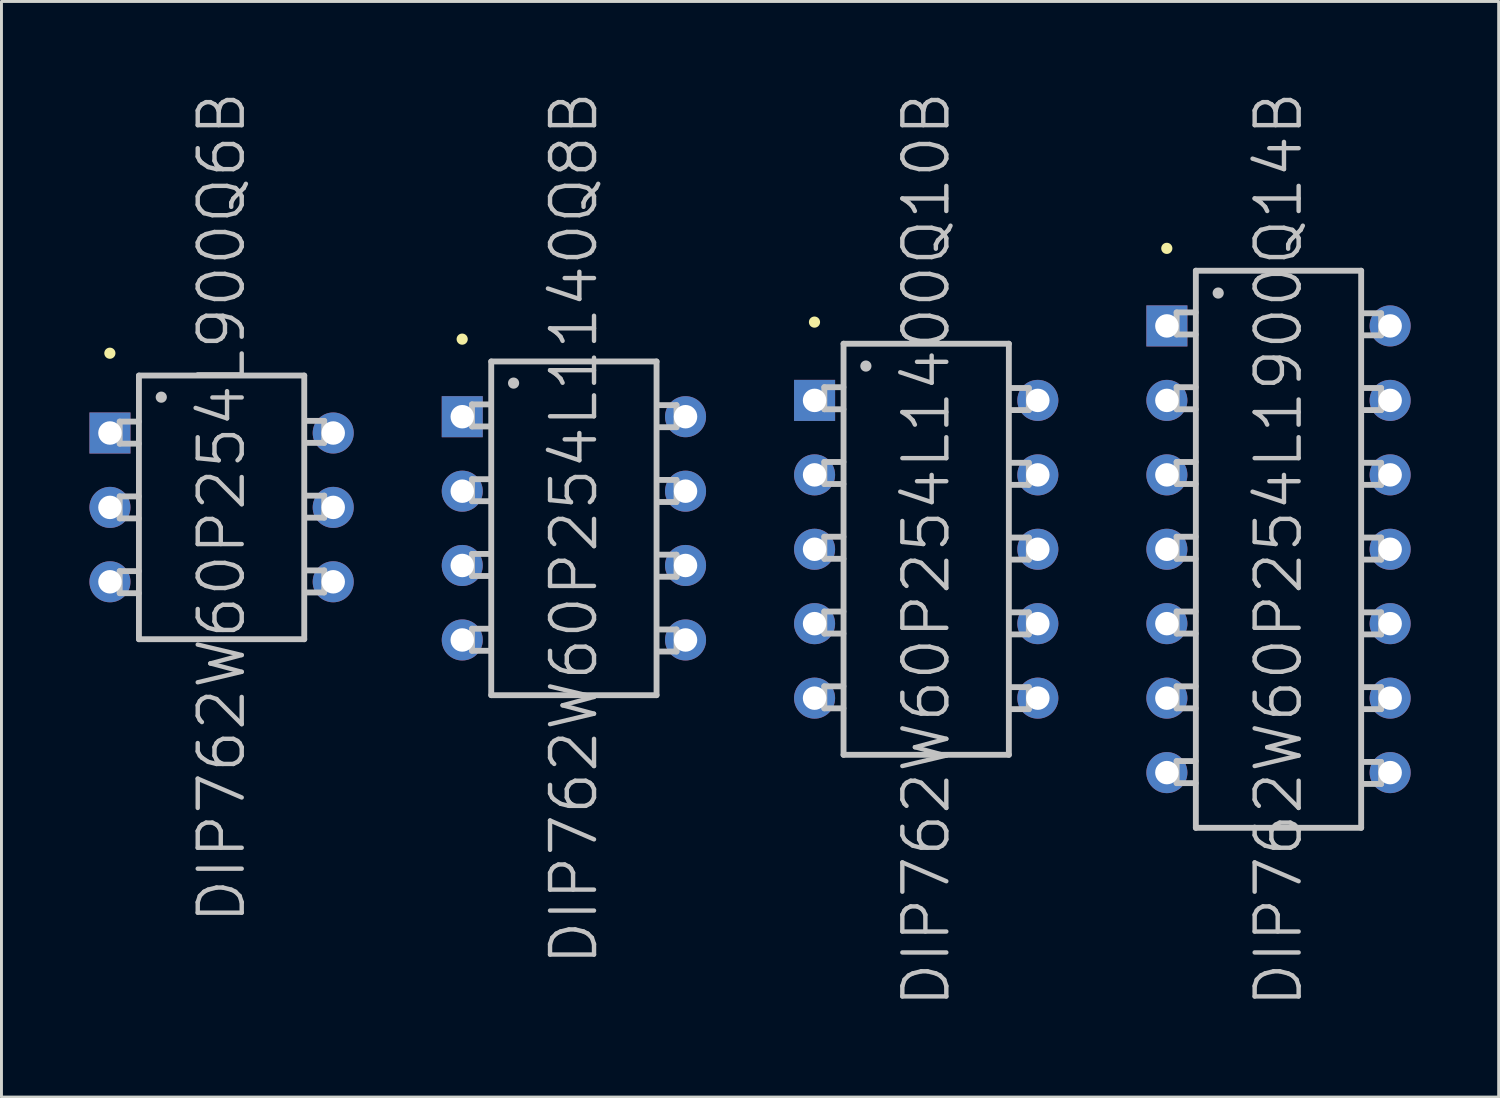
<source format=kicad_pcb>
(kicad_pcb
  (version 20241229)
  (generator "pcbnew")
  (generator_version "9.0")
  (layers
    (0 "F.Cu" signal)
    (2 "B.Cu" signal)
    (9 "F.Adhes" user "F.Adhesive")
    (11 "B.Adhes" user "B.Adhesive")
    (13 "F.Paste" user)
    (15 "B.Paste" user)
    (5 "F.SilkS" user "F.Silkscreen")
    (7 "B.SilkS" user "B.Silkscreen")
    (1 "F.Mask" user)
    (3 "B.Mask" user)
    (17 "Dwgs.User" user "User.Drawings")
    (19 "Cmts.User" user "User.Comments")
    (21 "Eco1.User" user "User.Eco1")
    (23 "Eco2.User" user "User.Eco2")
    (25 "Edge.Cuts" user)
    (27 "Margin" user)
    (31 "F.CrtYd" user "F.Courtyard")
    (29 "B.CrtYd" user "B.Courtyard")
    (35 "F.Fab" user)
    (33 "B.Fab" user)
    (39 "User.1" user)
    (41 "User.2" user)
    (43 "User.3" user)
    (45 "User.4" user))
  (footprint "DIP762W60P254L1400Q10B"
    (layer "F.Cu")
    (at 28.537 15.682)
    (property "Reference" "DIP762W60P254L1400Q10B" (at 0 0 90) (layer "Dwgs.User") (effects (font (size 1.5 1.5) (thickness 0.15))))
    (attr through_hole)
    (fp_line (start -3.81 -7.747) (end -3.81 -7.747) (stroke (width 0.381) (type solid)) (layer "F.SilkS"))
    (fp_line (start -3.475 -5.527) (end -2.824 -5.527) (stroke (width 0.2) (type solid)) (layer "Dwgs.User"))
    (fp_line (start -3.475 -4.775) (end -3.475 -5.527) (stroke (width 0.2) (type solid)) (layer "Dwgs.User"))
    (fp_line (start -3.475 -4.775) (end -2.824 -4.775) (stroke (width 0.2) (type solid)) (layer "Dwgs.User"))
    (fp_line (start -3.475 -2.977) (end -2.824 -2.977) (stroke (width 0.2) (type solid)) (layer "Dwgs.User"))
    (fp_line (start -3.475 -2.225) (end -3.475 -2.977) (stroke (width 0.2) (type solid)) (layer "Dwgs.User"))
    (fp_line (start -3.475 -2.225) (end -2.824 -2.225) (stroke (width 0.2) (type solid)) (layer "Dwgs.User"))
    (fp_line (start -3.475 -0.427) (end -2.824 -0.427) (stroke (width 0.2) (type solid)) (layer "Dwgs.User"))
    (fp_line (start -3.475 0.325) (end -3.475 -0.427) (stroke (width 0.2) (type solid)) (layer "Dwgs.User"))
    (fp_line (start -3.475 0.325) (end -2.824 0.325) (stroke (width 0.2) (type solid)) (layer "Dwgs.User"))
    (fp_line (start -3.475 2.123) (end -2.824 2.123) (stroke (width 0.2) (type solid)) (layer "Dwgs.User"))
    (fp_line (start -3.475 2.875) (end -3.475 2.123) (stroke (width 0.2) (type solid)) (layer "Dwgs.User"))
    (fp_line (start -3.475 2.875) (end -2.824 2.875) (stroke (width 0.2) (type solid)) (layer "Dwgs.User"))
    (fp_line (start -3.475 4.674) (end -2.824 4.674) (stroke (width 0.2) (type solid)) (layer "Dwgs.User"))
    (fp_line (start -3.475 5.425) (end -3.475 4.674) (stroke (width 0.2) (type solid)) (layer "Dwgs.User"))
    (fp_line (start -3.475 5.425) (end -2.824 5.425) (stroke (width 0.2) (type solid)) (layer "Dwgs.User"))
    (fp_line (start -2.819 -7.01) (end -2.819 7.01) (stroke (width 0.2) (type solid)) (layer "Dwgs.User"))
    (fp_line (start -2.819 -7.01) (end 2.819 -7.01) (stroke (width 0.2) (type solid)) (layer "Dwgs.User"))
    (fp_line (start -2.819 7.01) (end 2.819 7.01) (stroke (width 0.2) (type solid)) (layer "Dwgs.User"))
    (fp_line (start -2.057 -6.248) (end -2.057 -6.248) (stroke (width 0.381) (type solid)) (layer "Dwgs.User"))
    (fp_line (start 2.819 -7.01) (end 2.819 7.01) (stroke (width 0.2) (type solid)) (layer "Dwgs.User"))
    (fp_line (start 3.5 -5.499) (end 2.85 -5.499) (stroke (width 0.2) (type solid)) (layer "Dwgs.User"))
    (fp_line (start 3.5 -5.499) (end 3.5 -4.747) (stroke (width 0.2) (type solid)) (layer "Dwgs.User"))
    (fp_line (start 3.5 -4.747) (end 2.85 -4.747) (stroke (width 0.2) (type solid)) (layer "Dwgs.User"))
    (fp_line (start 3.5 -2.949) (end 2.85 -2.949) (stroke (width 0.2) (type solid)) (layer "Dwgs.User"))
    (fp_line (start 3.5 -2.949) (end 3.5 -2.197) (stroke (width 0.2) (type solid)) (layer "Dwgs.User"))
    (fp_line (start 3.5 -2.197) (end 2.85 -2.197) (stroke (width 0.2) (type solid)) (layer "Dwgs.User"))
    (fp_line (start 3.5 -0.399) (end 2.85 -0.399) (stroke (width 0.2) (type solid)) (layer "Dwgs.User"))
    (fp_line (start 3.5 -0.399) (end 3.5 0.353) (stroke (width 0.2) (type solid)) (layer "Dwgs.User"))
    (fp_line (start 3.5 0.353) (end 2.85 0.353) (stroke (width 0.2) (type solid)) (layer "Dwgs.User"))
    (fp_line (start 3.5 2.151) (end 2.85 2.151) (stroke (width 0.2) (type solid)) (layer "Dwgs.User"))
    (fp_line (start 3.5 2.151) (end 3.5 2.903) (stroke (width 0.2) (type solid)) (layer "Dwgs.User"))
    (fp_line (start 3.5 2.903) (end 2.85 2.903) (stroke (width 0.2) (type solid)) (layer "Dwgs.User"))
    (fp_line (start 3.5 4.702) (end 2.85 4.702) (stroke (width 0.2) (type solid)) (layer "Dwgs.User"))
    (fp_line (start 3.5 4.702) (end 3.5 5.453) (stroke (width 0.2) (type solid)) (layer "Dwgs.User"))
    (fp_line (start 3.5 5.453) (end 2.85 5.453) (stroke (width 0.2) (type solid)) (layer "Dwgs.User"))
    (pad "1" thru_hole rect (at -3.807 -5.077 180) (size 1.4 1.4) (drill 0.8) (layers "*.Cu" "*.Mask"))
    (pad "2" thru_hole circle (at -3.807 -2.537 180) (size 1.4 1.4) (drill 0.8) (layers "*.Cu" "*.Mask"))
    (pad "3" thru_hole circle (at -3.807 0 180) (size 1.4 1.4) (drill 0.8) (layers "*.Cu" "*.Mask"))
    (pad "4" thru_hole circle (at -3.807 2.537 180) (size 1.4 1.4) (drill 0.8) (layers "*.Cu" "*.Mask"))
    (pad "5" thru_hole circle (at -3.807 5.077 180) (size 1.4 1.4) (drill 0.8) (layers "*.Cu" "*.Mask"))
    (pad "6" thru_hole circle (at 3.807 5.077 180) (size 1.4 1.4) (drill 0.8) (layers "*.Cu" "*.Mask"))
    (pad "7" thru_hole circle (at 3.807 2.537 180) (size 1.4 1.4) (drill 0.8) (layers "*.Cu" "*.Mask"))
    (pad "8" thru_hole circle (at 3.807 0 180) (size 1.4 1.4) (drill 0.8) (layers "*.Cu" "*.Mask"))
    (pad "9" thru_hole circle (at 3.807 -2.537 180) (size 1.4 1.4) (drill 0.8) (layers "*.Cu" "*.Mask"))
    (pad "10" thru_hole circle (at 3.807 -5.077 180) (size 1.4 1.4) (drill 0.8) (layers "*.Cu" "*.Mask")))
  (footprint "DIP762W60P254L1140Q8B"
    (layer "F.Cu")
    (at 16.522 14.968)
    (property "Reference" "DIP762W60P254L1140Q8B" (at 0 0 90) (layer "Dwgs.User") (effects (font (size 1.5 1.5) (thickness 0.15))))
    (attr through_hole)
    (fp_line (start -3.81 -6.452) (end -3.81 -6.452) (stroke (width 0.381) (type solid)) (layer "F.SilkS"))
    (fp_line (start -3.475 -4.227) (end -2.824 -4.227) (stroke (width 0.2) (type solid)) (layer "Dwgs.User"))
    (fp_line (start -3.475 -3.475) (end -3.475 -4.227) (stroke (width 0.2) (type solid)) (layer "Dwgs.User"))
    (fp_line (start -3.475 -3.475) (end -2.824 -3.475) (stroke (width 0.2) (type solid)) (layer "Dwgs.User"))
    (fp_line (start -3.475 -1.676) (end -2.824 -1.676) (stroke (width 0.2) (type solid)) (layer "Dwgs.User"))
    (fp_line (start -3.475 -0.925) (end -3.475 -1.676) (stroke (width 0.2) (type solid)) (layer "Dwgs.User"))
    (fp_line (start -3.475 -0.925) (end -2.824 -0.925) (stroke (width 0.2) (type solid)) (layer "Dwgs.User"))
    (fp_line (start -3.475 0.874) (end -2.824 0.874) (stroke (width 0.2) (type solid)) (layer "Dwgs.User"))
    (fp_line (start -3.475 1.626) (end -3.475 0.874) (stroke (width 0.2) (type solid)) (layer "Dwgs.User"))
    (fp_line (start -3.475 1.626) (end -2.824 1.626) (stroke (width 0.2) (type solid)) (layer "Dwgs.User"))
    (fp_line (start -3.475 3.424) (end -2.824 3.424) (stroke (width 0.2) (type solid)) (layer "Dwgs.User"))
    (fp_line (start -3.475 4.176) (end -3.475 3.424) (stroke (width 0.2) (type solid)) (layer "Dwgs.User"))
    (fp_line (start -3.475 4.176) (end -2.824 4.176) (stroke (width 0.2) (type solid)) (layer "Dwgs.User"))
    (fp_line (start -2.819 -5.69) (end -2.819 5.69) (stroke (width 0.2) (type solid)) (layer "Dwgs.User"))
    (fp_line (start -2.819 -5.69) (end 2.819 -5.69) (stroke (width 0.2) (type solid)) (layer "Dwgs.User"))
    (fp_line (start -2.819 5.69) (end 2.819 5.69) (stroke (width 0.2) (type solid)) (layer "Dwgs.User"))
    (fp_line (start -2.057 -4.953) (end -2.057 -4.953) (stroke (width 0.381) (type solid)) (layer "Dwgs.User"))
    (fp_line (start 2.819 -5.69) (end 2.819 5.69) (stroke (width 0.2) (type solid)) (layer "Dwgs.User"))
    (fp_line (start 3.5 -4.201) (end 2.85 -4.201) (stroke (width 0.2) (type solid)) (layer "Dwgs.User"))
    (fp_line (start 3.5 -4.201) (end 3.5 -3.449) (stroke (width 0.2) (type solid)) (layer "Dwgs.User"))
    (fp_line (start 3.5 -3.449) (end 2.85 -3.449) (stroke (width 0.2) (type solid)) (layer "Dwgs.User"))
    (fp_line (start 3.5 -1.651) (end 2.85 -1.651) (stroke (width 0.2) (type solid)) (layer "Dwgs.User"))
    (fp_line (start 3.5 -1.651) (end 3.5 -0.899) (stroke (width 0.2) (type solid)) (layer "Dwgs.User"))
    (fp_line (start 3.5 -0.899) (end 2.85 -0.899) (stroke (width 0.2) (type solid)) (layer "Dwgs.User"))
    (fp_line (start 3.5 0.899) (end 2.85 0.899) (stroke (width 0.2) (type solid)) (layer "Dwgs.User"))
    (fp_line (start 3.5 0.899) (end 3.5 1.651) (stroke (width 0.2) (type solid)) (layer "Dwgs.User"))
    (fp_line (start 3.5 1.651) (end 2.85 1.651) (stroke (width 0.2) (type solid)) (layer "Dwgs.User"))
    (fp_line (start 3.5 3.449) (end 2.85 3.449) (stroke (width 0.2) (type solid)) (layer "Dwgs.User"))
    (fp_line (start 3.5 3.449) (end 3.5 4.201) (stroke (width 0.2) (type solid)) (layer "Dwgs.User"))
    (fp_line (start 3.5 4.201) (end 2.85 4.201) (stroke (width 0.2) (type solid)) (layer "Dwgs.User"))
    (pad "1" thru_hole rect (at -3.807 -3.807 180) (size 1.4 1.4) (drill 0.8) (layers "*.Cu" "*.Mask"))
    (pad "2" thru_hole circle (at -3.807 -1.267 180) (size 1.4 1.4) (drill 0.8) (layers "*.Cu" "*.Mask"))
    (pad "3" thru_hole circle (at -3.807 1.267 180) (size 1.4 1.4) (drill 0.8) (layers "*.Cu" "*.Mask"))
    (pad "4" thru_hole circle (at -3.807 3.807 180) (size 1.4 1.4) (drill 0.8) (layers "*.Cu" "*.Mask"))
    (pad "5" thru_hole circle (at 3.807 3.807 180) (size 1.4 1.4) (drill 0.8) (layers "*.Cu" "*.Mask"))
    (pad "6" thru_hole circle (at 3.807 1.267 180) (size 1.4 1.4) (drill 0.8) (layers "*.Cu" "*.Mask"))
    (pad "7" thru_hole circle (at 3.807 -1.267 180) (size 1.4 1.4) (drill 0.8) (layers "*.Cu" "*.Mask"))
    (pad "8" thru_hole circle (at 3.807 -3.807 180) (size 1.4 1.4) (drill 0.8) (layers "*.Cu" "*.Mask")))
  (footprint "DIP762W60P254L900Q6B"
    (layer "F.Cu")
    (at 4.507 14.254)
    (property "Reference" "DIP762W60P254L900Q6B" (at 0 0 90) (layer "Dwgs.User") (effects (font (size 1.5 1.5) (thickness 0.15))))
    (attr through_hole)
    (fp_line (start -3.81 -5.258) (end -3.81 -5.258) (stroke (width 0.381) (type solid)) (layer "F.SilkS"))
    (fp_line (start -3.475 -2.926) (end -2.824 -2.926) (stroke (width 0.2) (type solid)) (layer "Dwgs.User"))
    (fp_line (start -3.475 -2.174) (end -3.475 -2.926) (stroke (width 0.2) (type solid)) (layer "Dwgs.User"))
    (fp_line (start -3.475 -2.174) (end -2.824 -2.174) (stroke (width 0.2) (type solid)) (layer "Dwgs.User"))
    (fp_line (start -3.475 -0.376) (end -2.824 -0.376) (stroke (width 0.2) (type solid)) (layer "Dwgs.User"))
    (fp_line (start -3.475 0.376) (end -3.475 -0.376) (stroke (width 0.2) (type solid)) (layer "Dwgs.User"))
    (fp_line (start -3.475 0.376) (end -2.824 0.376) (stroke (width 0.2) (type solid)) (layer "Dwgs.User"))
    (fp_line (start -3.475 2.174) (end -2.824 2.174) (stroke (width 0.2) (type solid)) (layer "Dwgs.User"))
    (fp_line (start -3.475 2.926) (end -3.475 2.174) (stroke (width 0.2) (type solid)) (layer "Dwgs.User"))
    (fp_line (start -3.475 2.926) (end -2.824 2.926) (stroke (width 0.2) (type solid)) (layer "Dwgs.User"))
    (fp_line (start -2.819 -4.496) (end -2.819 4.496) (stroke (width 0.2) (type solid)) (layer "Dwgs.User"))
    (fp_line (start -2.819 -4.496) (end 2.819 -4.496) (stroke (width 0.2) (type solid)) (layer "Dwgs.User"))
    (fp_line (start -2.819 4.496) (end 2.819 4.496) (stroke (width 0.2) (type solid)) (layer "Dwgs.User"))
    (fp_line (start -2.057 -3.759) (end -2.057 -3.759) (stroke (width 0.381) (type solid)) (layer "Dwgs.User"))
    (fp_line (start 2.819 -4.496) (end 2.819 4.496) (stroke (width 0.2) (type solid)) (layer "Dwgs.User"))
    (fp_line (start 3.5 -2.951) (end 2.85 -2.951) (stroke (width 0.2) (type solid)) (layer "Dwgs.User"))
    (fp_line (start 3.5 -2.951) (end 3.5 -2.2) (stroke (width 0.2) (type solid)) (layer "Dwgs.User"))
    (fp_line (start 3.5 -2.2) (end 2.85 -2.2) (stroke (width 0.2) (type solid)) (layer "Dwgs.User"))
    (fp_line (start 3.5 -0.401) (end 2.85 -0.401) (stroke (width 0.2) (type solid)) (layer "Dwgs.User"))
    (fp_line (start 3.5 -0.401) (end 3.5 0.351) (stroke (width 0.2) (type solid)) (layer "Dwgs.User"))
    (fp_line (start 3.5 0.351) (end 2.85 0.351) (stroke (width 0.2) (type solid)) (layer "Dwgs.User"))
    (fp_line (start 3.5 2.149) (end 2.85 2.149) (stroke (width 0.2) (type solid)) (layer "Dwgs.User"))
    (fp_line (start 3.5 2.149) (end 3.5 2.901) (stroke (width 0.2) (type solid)) (layer "Dwgs.User"))
    (fp_line (start 3.5 2.901) (end 2.85 2.901) (stroke (width 0.2) (type solid)) (layer "Dwgs.User"))
    (pad "1" thru_hole rect (at -3.807 -2.537 180) (size 1.4 1.4) (drill 0.8) (layers "*.Cu" "*.Mask"))
    (pad "2" thru_hole circle (at -3.807 0 180) (size 1.4 1.4) (drill 0.8) (layers "*.Cu" "*.Mask"))
    (pad "3" thru_hole circle (at -3.807 2.537 180) (size 1.4 1.4) (drill 0.8) (layers "*.Cu" "*.Mask"))
    (pad "4" thru_hole circle (at 3.807 2.537 180) (size 1.4 1.4) (drill 0.8) (layers "*.Cu" "*.Mask"))
    (pad "5" thru_hole circle (at 3.807 0 180) (size 1.4 1.4) (drill 0.8) (layers "*.Cu" "*.Mask"))
    (pad "6" thru_hole circle (at 3.807 -2.537 180) (size 1.4 1.4) (drill 0.8) (layers "*.Cu" "*.Mask")))
  (footprint "DIP762W60P254L1900Q14B"
    (layer "F.Cu")
    (at 40.552 15.682)
    (property "Reference" "DIP762W60P254L1900Q14B" (at 0 0 90) (layer "Dwgs.User") (effects (font (size 1.5 1.5) (thickness 0.15))))
    (attr through_hole)
    (fp_line (start -3.81 -10.262) (end -3.81 -10.262) (stroke (width 0.381) (type solid)) (layer "F.SilkS"))
    (fp_line (start -3.475 -8.077) (end -2.824 -8.077) (stroke (width 0.2) (type solid)) (layer "Dwgs.User"))
    (fp_line (start -3.475 -7.325) (end -3.475 -8.077) (stroke (width 0.2) (type solid)) (layer "Dwgs.User"))
    (fp_line (start -3.475 -7.325) (end -2.824 -7.325) (stroke (width 0.2) (type solid)) (layer "Dwgs.User"))
    (fp_line (start -3.475 -5.527) (end -2.824 -5.527) (stroke (width 0.2) (type solid)) (layer "Dwgs.User"))
    (fp_line (start -3.475 -4.775) (end -3.475 -5.527) (stroke (width 0.2) (type solid)) (layer "Dwgs.User"))
    (fp_line (start -3.475 -4.775) (end -2.824 -4.775) (stroke (width 0.2) (type solid)) (layer "Dwgs.User"))
    (fp_line (start -3.475 -2.977) (end -2.824 -2.977) (stroke (width 0.2) (type solid)) (layer "Dwgs.User"))
    (fp_line (start -3.475 -2.225) (end -3.475 -2.977) (stroke (width 0.2) (type solid)) (layer "Dwgs.User"))
    (fp_line (start -3.475 -2.225) (end -2.824 -2.225) (stroke (width 0.2) (type solid)) (layer "Dwgs.User"))
    (fp_line (start -3.475 -0.427) (end -2.824 -0.427) (stroke (width 0.2) (type solid)) (layer "Dwgs.User"))
    (fp_line (start -3.475 0.325) (end -3.475 -0.427) (stroke (width 0.2) (type solid)) (layer "Dwgs.User"))
    (fp_line (start -3.475 0.325) (end -2.824 0.325) (stroke (width 0.2) (type solid)) (layer "Dwgs.User"))
    (fp_line (start -3.475 2.123) (end -2.824 2.123) (stroke (width 0.2) (type solid)) (layer "Dwgs.User"))
    (fp_line (start -3.475 2.875) (end -3.475 2.123) (stroke (width 0.2) (type solid)) (layer "Dwgs.User"))
    (fp_line (start -3.475 2.875) (end -2.824 2.875) (stroke (width 0.2) (type solid)) (layer "Dwgs.User"))
    (fp_line (start -3.475 4.674) (end -2.824 4.674) (stroke (width 0.2) (type solid)) (layer "Dwgs.User"))
    (fp_line (start -3.475 5.425) (end -3.475 4.674) (stroke (width 0.2) (type solid)) (layer "Dwgs.User"))
    (fp_line (start -3.475 5.425) (end -2.824 5.425) (stroke (width 0.2) (type solid)) (layer "Dwgs.User"))
    (fp_line (start -3.475 7.224) (end -2.824 7.224) (stroke (width 0.2) (type solid)) (layer "Dwgs.User"))
    (fp_line (start -3.475 7.976) (end -3.475 7.224) (stroke (width 0.2) (type solid)) (layer "Dwgs.User"))
    (fp_line (start -3.475 7.976) (end -2.824 7.976) (stroke (width 0.2) (type solid)) (layer "Dwgs.User"))
    (fp_line (start -2.819 -9.5) (end -2.819 9.5) (stroke (width 0.2) (type solid)) (layer "Dwgs.User"))
    (fp_line (start -2.819 -9.5) (end 2.819 -9.5) (stroke (width 0.2) (type solid)) (layer "Dwgs.User"))
    (fp_line (start -2.819 9.5) (end 2.819 9.5) (stroke (width 0.2) (type solid)) (layer "Dwgs.User"))
    (fp_line (start -2.057 -8.738) (end -2.057 -8.738) (stroke (width 0.381) (type solid)) (layer "Dwgs.User"))
    (fp_line (start 2.819 -9.5) (end 2.819 9.5) (stroke (width 0.2) (type solid)) (layer "Dwgs.User"))
    (fp_line (start 3.5 -8.049) (end 2.85 -8.049) (stroke (width 0.2) (type solid)) (layer "Dwgs.User"))
    (fp_line (start 3.5 -8.049) (end 3.5 -7.297) (stroke (width 0.2) (type solid)) (layer "Dwgs.User"))
    (fp_line (start 3.5 -7.297) (end 2.85 -7.297) (stroke (width 0.2) (type solid)) (layer "Dwgs.User"))
    (fp_line (start 3.5 -5.499) (end 2.85 -5.499) (stroke (width 0.2) (type solid)) (layer "Dwgs.User"))
    (fp_line (start 3.5 -5.499) (end 3.5 -4.747) (stroke (width 0.2) (type solid)) (layer "Dwgs.User"))
    (fp_line (start 3.5 -4.747) (end 2.85 -4.747) (stroke (width 0.2) (type solid)) (layer "Dwgs.User"))
    (fp_line (start 3.5 -2.949) (end 2.85 -2.949) (stroke (width 0.2) (type solid)) (layer "Dwgs.User"))
    (fp_line (start 3.5 -2.949) (end 3.5 -2.197) (stroke (width 0.2) (type solid)) (layer "Dwgs.User"))
    (fp_line (start 3.5 -2.197) (end 2.85 -2.197) (stroke (width 0.2) (type solid)) (layer "Dwgs.User"))
    (fp_line (start 3.5 -0.399) (end 2.85 -0.399) (stroke (width 0.2) (type solid)) (layer "Dwgs.User"))
    (fp_line (start 3.5 -0.399) (end 3.5 0.353) (stroke (width 0.2) (type solid)) (layer "Dwgs.User"))
    (fp_line (start 3.5 0.353) (end 2.85 0.353) (stroke (width 0.2) (type solid)) (layer "Dwgs.User"))
    (fp_line (start 3.5 2.151) (end 2.85 2.151) (stroke (width 0.2) (type solid)) (layer "Dwgs.User"))
    (fp_line (start 3.5 2.151) (end 3.5 2.903) (stroke (width 0.2) (type solid)) (layer "Dwgs.User"))
    (fp_line (start 3.5 2.903) (end 2.85 2.903) (stroke (width 0.2) (type solid)) (layer "Dwgs.User"))
    (fp_line (start 3.5 4.702) (end 2.85 4.702) (stroke (width 0.2) (type solid)) (layer "Dwgs.User"))
    (fp_line (start 3.5 4.702) (end 3.5 5.453) (stroke (width 0.2) (type solid)) (layer "Dwgs.User"))
    (fp_line (start 3.5 5.453) (end 2.85 5.453) (stroke (width 0.2) (type solid)) (layer "Dwgs.User"))
    (fp_line (start 3.5 7.252) (end 2.85 7.252) (stroke (width 0.2) (type solid)) (layer "Dwgs.User"))
    (fp_line (start 3.5 7.252) (end 3.5 8.004) (stroke (width 0.2) (type solid)) (layer "Dwgs.User"))
    (fp_line (start 3.5 8.004) (end 2.85 8.004) (stroke (width 0.2) (type solid)) (layer "Dwgs.User"))
    (pad "1" thru_hole rect (at -3.807 -7.617 180) (size 1.4 1.4) (drill 0.8) (layers "*.Cu" "*.Mask"))
    (pad "2" thru_hole circle (at -3.807 -5.077 180) (size 1.4 1.4) (drill 0.8) (layers "*.Cu" "*.Mask"))
    (pad "3" thru_hole circle (at -3.807 -2.537 180) (size 1.4 1.4) (drill 0.8) (layers "*.Cu" "*.Mask"))
    (pad "4" thru_hole circle (at -3.807 0 180) (size 1.4 1.4) (drill 0.8) (layers "*.Cu" "*.Mask"))
    (pad "5" thru_hole circle (at -3.807 2.537 180) (size 1.4 1.4) (drill 0.8) (layers "*.Cu" "*.Mask"))
    (pad "6" thru_hole circle (at -3.807 5.077 180) (size 1.4 1.4) (drill 0.8) (layers "*.Cu" "*.Mask"))
    (pad "7" thru_hole circle (at -3.807 7.617 180) (size 1.4 1.4) (drill 0.8) (layers "*.Cu" "*.Mask"))
    (pad "8" thru_hole circle (at 3.807 7.617 180) (size 1.4 1.4) (drill 0.8) (layers "*.Cu" "*.Mask"))
    (pad "9" thru_hole circle (at 3.807 5.077 180) (size 1.4 1.4) (drill 0.8) (layers "*.Cu" "*.Mask"))
    (pad "10" thru_hole circle (at 3.807 2.537 180) (size 1.4 1.4) (drill 0.8) (layers "*.Cu" "*.Mask"))
    (pad "11" thru_hole circle (at 3.807 0 180) (size 1.4 1.4) (drill 0.8) (layers "*.Cu" "*.Mask"))
    (pad "12" thru_hole circle (at 3.807 -2.537 180) (size 1.4 1.4) (drill 0.8) (layers "*.Cu" "*.Mask"))
    (pad "13" thru_hole circle (at 3.807 -5.077 180) (size 1.4 1.4) (drill 0.8) (layers "*.Cu" "*.Mask"))
    (pad "14" thru_hole circle (at 3.807 -7.617 180) (size 1.4 1.4) (drill 0.8) (layers "*.Cu" "*.Mask")))
  (gr_rect
    (start -3 -3)
    (end 48.06 34.364)
    (stroke (width 0.1) (type default))
    (fill no)
    (layer "Edge.Cuts")))
</source>
